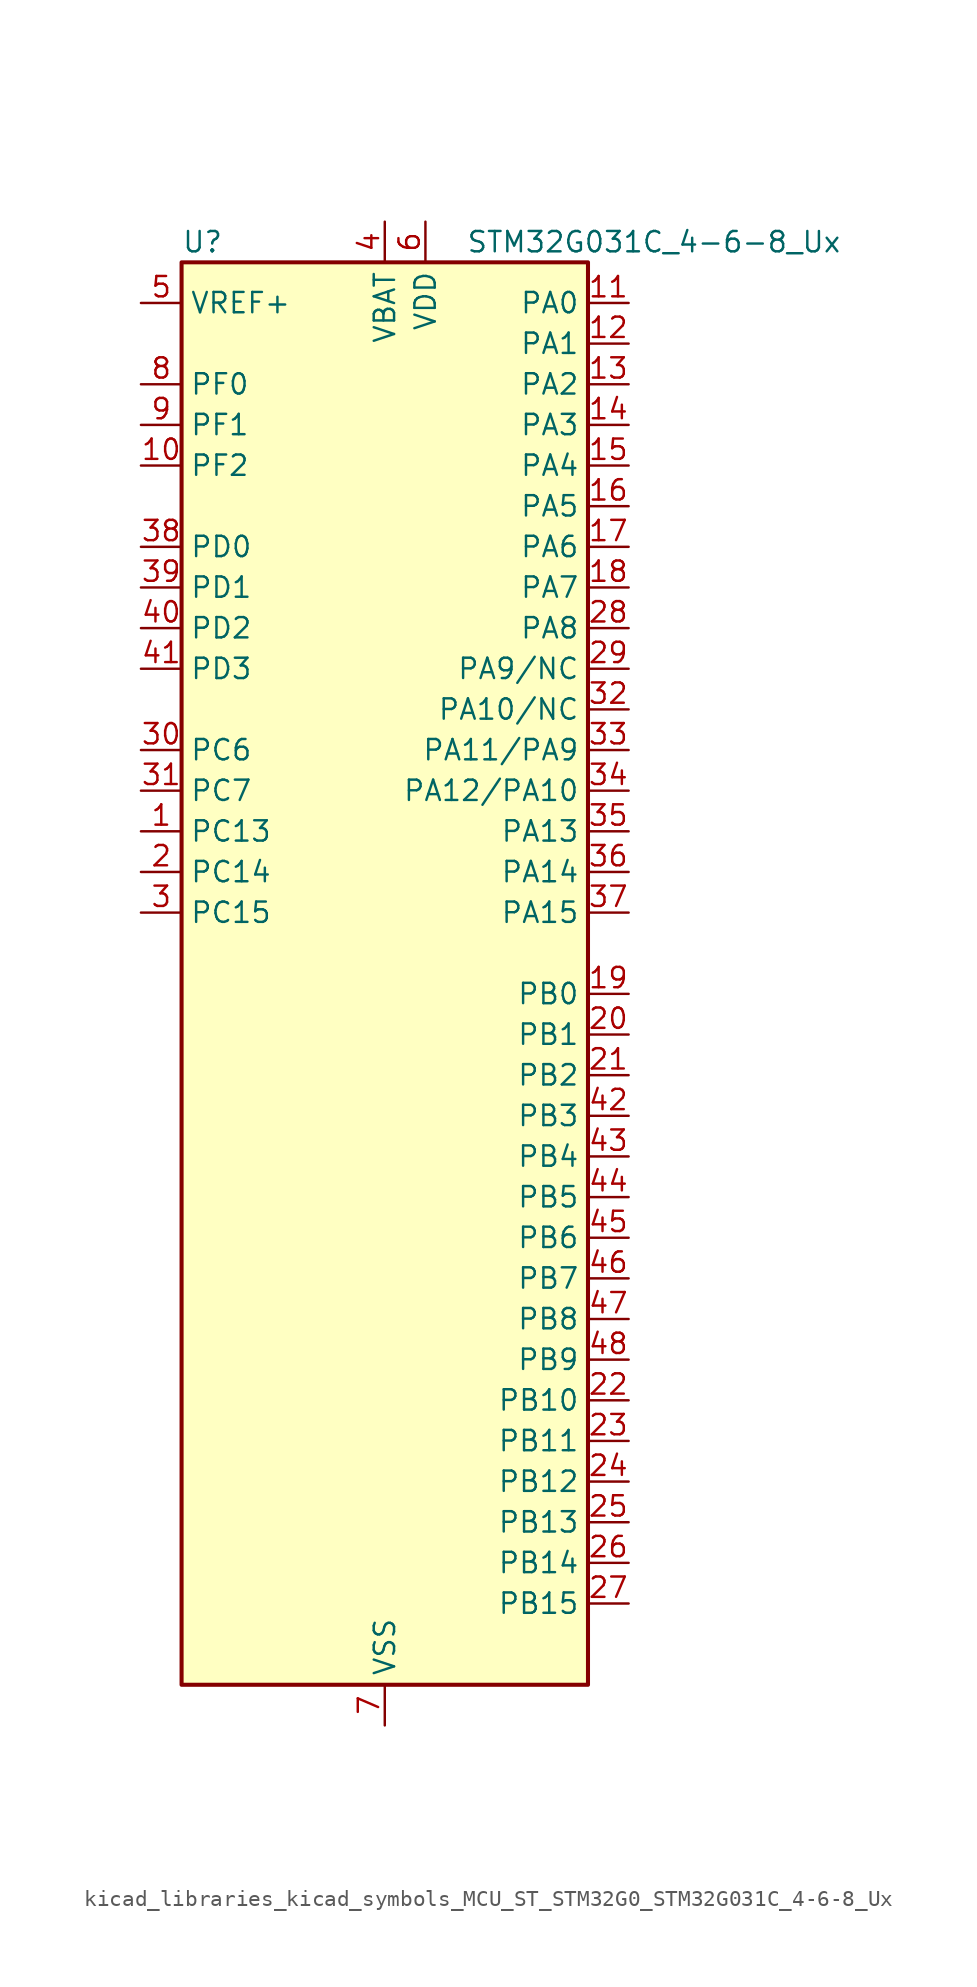
<source format=kicad_sym>
(kicad_symbol_lib
  (version 20220914)
  (generator kicad_symbol_editor)
  (symbol "kicad_libraries_kicad_symbols_MCU_ST_STM32G0_STM32G031C_4-6-8_Ux"
    (property "Reference" "U"
      (at -12.7 46.99 0)
      (effects (font (size 1.27 1.27)) (justify left)))
    (property "Value" "STM32G031C_4-6-8_Ux"
      (at 5.08 46.99 0)
      (effects (font (size 1.27 1.27)) (justify left)))
    (property "ki_locked" ""
      (at 0 0 0)
      (effects (font (size 1.27 1.27))))
    (symbol "kicad_libraries_kicad_symbols_MCU_ST_STM32G0_STM32G031C_4-6-8_Ux_0_1"
      (rectangle (start -12.7 -43.18) (end 12.7 45.72) (stroke (width 0.254) (type default)) (fill (type background))))
    (symbol "kicad_libraries_kicad_symbols_MCU_ST_STM32G0_STM32G031C_4-6-8_Ux_1_1"
      (pin bidirectional line (at -15.24 10.16 0) (length 2.54) (name "PC13" (effects (font (size 1.27 1.27)))) (number "1" (effects (font (size 1.27 1.27)))) (alternate "RTC_OUT_ALARM" bidirectional line) (alternate "RTC_OUT_CALIB" bidirectional line) (alternate "RTC_TAMP_IN1" bidirectional line) (alternate "RTC_TS" bidirectional line) (alternate "SYS_WKUP2" bidirectional line) (alternate "TIM1_BK" bidirectional line))
      (pin bidirectional line (at -15.24 33.02 0) (length 2.54) (name "PF2" (effects (font (size 1.27 1.27)))) (number "10" (effects (font (size 1.27 1.27)))) (alternate "RCC_MCO" bidirectional line))
      (pin bidirectional line (at 15.24 43.18 180) (length 2.54) (name "PA0" (effects (font (size 1.27 1.27)))) (number "11" (effects (font (size 1.27 1.27)))) (alternate "ADC1_IN0" bidirectional line) (alternate "LPTIM1_OUT" bidirectional line) (alternate "RTC_TAMP_IN2" bidirectional line) (alternate "SPI2_SCK" bidirectional line) (alternate "SYS_WKUP1" bidirectional line) (alternate "TIM2_CH1" bidirectional line) (alternate "TIM2_ETR" bidirectional line) (alternate "USART2_CTS" bidirectional line) (alternate "USART2_NSS" bidirectional line))
      (pin bidirectional line (at 15.24 40.64 180) (length 2.54) (name "PA1" (effects (font (size 1.27 1.27)))) (number "12" (effects (font (size 1.27 1.27)))) (alternate "ADC1_IN1" bidirectional line) (alternate "I2C1_SMBA" bidirectional line) (alternate "I2S1_CK" bidirectional line) (alternate "SPI1_SCK" bidirectional line) (alternate "TIM2_CH2" bidirectional line) (alternate "USART2_CK" bidirectional line) (alternate "USART2_DE" bidirectional line) (alternate "USART2_RTS" bidirectional line))
      (pin bidirectional line (at 15.24 38.1 180) (length 2.54) (name "PA2" (effects (font (size 1.27 1.27)))) (number "13" (effects (font (size 1.27 1.27)))) (alternate "ADC1_IN2" bidirectional line) (alternate "I2S1_SD" bidirectional line) (alternate "LPUART1_TX" bidirectional line) (alternate "RCC_LSCO" bidirectional line) (alternate "SPI1_MOSI" bidirectional line) (alternate "SYS_WKUP4" bidirectional line) (alternate "TIM2_CH3" bidirectional line) (alternate "USART2_TX" bidirectional line))
      (pin bidirectional line (at 15.24 35.56 180) (length 2.54) (name "PA3" (effects (font (size 1.27 1.27)))) (number "14" (effects (font (size 1.27 1.27)))) (alternate "ADC1_IN3" bidirectional line) (alternate "LPUART1_RX" bidirectional line) (alternate "SPI2_MISO" bidirectional line) (alternate "TIM2_CH4" bidirectional line) (alternate "USART2_RX" bidirectional line))
      (pin bidirectional line (at 15.24 33.02 180) (length 2.54) (name "PA4" (effects (font (size 1.27 1.27)))) (number "15" (effects (font (size 1.27 1.27)))) (alternate "ADC1_IN4" bidirectional line) (alternate "I2S1_WS" bidirectional line) (alternate "LPTIM2_OUT" bidirectional line) (alternate "RTC_OUT_ALARM" bidirectional line) (alternate "RTC_OUT_CALIB" bidirectional line) (alternate "SPI1_NSS" bidirectional line) (alternate "SPI2_MOSI" bidirectional line) (alternate "TIM14_CH1" bidirectional line))
      (pin bidirectional line (at 15.24 30.48 180) (length 2.54) (name "PA5" (effects (font (size 1.27 1.27)))) (number "16" (effects (font (size 1.27 1.27)))) (alternate "ADC1_IN5" bidirectional line) (alternate "I2S1_CK" bidirectional line) (alternate "LPTIM2_ETR" bidirectional line) (alternate "SPI1_SCK" bidirectional line) (alternate "TIM2_CH1" bidirectional line) (alternate "TIM2_ETR" bidirectional line))
      (pin bidirectional line (at 15.24 27.94 180) (length 2.54) (name "PA6" (effects (font (size 1.27 1.27)))) (number "17" (effects (font (size 1.27 1.27)))) (alternate "ADC1_IN6" bidirectional line) (alternate "I2S1_MCK" bidirectional line) (alternate "LPUART1_CTS" bidirectional line) (alternate "SPI1_MISO" bidirectional line) (alternate "TIM16_CH1" bidirectional line) (alternate "TIM1_BK" bidirectional line) (alternate "TIM3_CH1" bidirectional line))
      (pin bidirectional line (at 15.24 25.4 180) (length 2.54) (name "PA7" (effects (font (size 1.27 1.27)))) (number "18" (effects (font (size 1.27 1.27)))) (alternate "ADC1_IN7" bidirectional line) (alternate "I2S1_SD" bidirectional line) (alternate "SPI1_MOSI" bidirectional line) (alternate "TIM14_CH1" bidirectional line) (alternate "TIM17_CH1" bidirectional line) (alternate "TIM1_CH1N" bidirectional line) (alternate "TIM3_CH2" bidirectional line))
      (pin bidirectional line (at 15.24 0 180) (length 2.54) (name "PB0" (effects (font (size 1.27 1.27)))) (number "19" (effects (font (size 1.27 1.27)))) (alternate "ADC1_IN8" bidirectional line) (alternate "I2S1_WS" bidirectional line) (alternate "LPTIM1_OUT" bidirectional line) (alternate "SPI1_NSS" bidirectional line) (alternate "TIM1_CH2N" bidirectional line) (alternate "TIM3_CH3" bidirectional line))
      (pin bidirectional line (at -15.24 7.62 0) (length 2.54) (name "PC14" (effects (font (size 1.27 1.27)))) (number "2" (effects (font (size 1.27 1.27)))) (alternate "RCC_OSC32_IN" bidirectional line) (alternate "TIM1_BK2" bidirectional line))
      (pin bidirectional line (at 15.24 -2.54 180) (length 2.54) (name "PB1" (effects (font (size 1.27 1.27)))) (number "20" (effects (font (size 1.27 1.27)))) (alternate "ADC1_IN9" bidirectional line) (alternate "LPTIM2_IN1" bidirectional line) (alternate "LPUART1_DE" bidirectional line) (alternate "LPUART1_RTS" bidirectional line) (alternate "TIM14_CH1" bidirectional line) (alternate "TIM1_CH3N" bidirectional line) (alternate "TIM3_CH4" bidirectional line))
      (pin bidirectional line (at 15.24 -5.08 180) (length 2.54) (name "PB2" (effects (font (size 1.27 1.27)))) (number "21" (effects (font (size 1.27 1.27)))) (alternate "ADC1_IN10" bidirectional line) (alternate "LPTIM1_OUT" bidirectional line) (alternate "SPI2_MISO" bidirectional line))
      (pin bidirectional line (at 15.24 -25.4 180) (length 2.54) (name "PB10" (effects (font (size 1.27 1.27)))) (number "22" (effects (font (size 1.27 1.27)))) (alternate "ADC1_IN11" bidirectional line) (alternate "I2C2_SCL" bidirectional line) (alternate "LPUART1_RX" bidirectional line) (alternate "SPI2_SCK" bidirectional line) (alternate "TIM2_CH3" bidirectional line))
      (pin bidirectional line (at 15.24 -27.94 180) (length 2.54) (name "PB11" (effects (font (size 1.27 1.27)))) (number "23" (effects (font (size 1.27 1.27)))) (alternate "ADC1_EXTI11" bidirectional line) (alternate "ADC1_IN15" bidirectional line) (alternate "I2C2_SDA" bidirectional line) (alternate "LPUART1_TX" bidirectional line) (alternate "SPI2_MOSI" bidirectional line) (alternate "TIM2_CH4" bidirectional line))
      (pin bidirectional line (at 15.24 -30.48 180) (length 2.54) (name "PB12" (effects (font (size 1.27 1.27)))) (number "24" (effects (font (size 1.27 1.27)))) (alternate "ADC1_IN16" bidirectional line) (alternate "LPUART1_DE" bidirectional line) (alternate "LPUART1_RTS" bidirectional line) (alternate "SPI2_NSS" bidirectional line) (alternate "TIM1_BK" bidirectional line))
      (pin bidirectional line (at 15.24 -33.02 180) (length 2.54) (name "PB13" (effects (font (size 1.27 1.27)))) (number "25" (effects (font (size 1.27 1.27)))) (alternate "I2C2_SCL" bidirectional line) (alternate "LPUART1_CTS" bidirectional line) (alternate "SPI2_SCK" bidirectional line) (alternate "TIM1_CH1N" bidirectional line))
      (pin bidirectional line (at 15.24 -35.56 180) (length 2.54) (name "PB14" (effects (font (size 1.27 1.27)))) (number "26" (effects (font (size 1.27 1.27)))) (alternate "I2C2_SDA" bidirectional line) (alternate "SPI2_MISO" bidirectional line) (alternate "TIM1_CH2N" bidirectional line))
      (pin bidirectional line (at 15.24 -38.1 180) (length 2.54) (name "PB15" (effects (font (size 1.27 1.27)))) (number "27" (effects (font (size 1.27 1.27)))) (alternate "RTC_REFIN" bidirectional line) (alternate "SPI2_MOSI" bidirectional line) (alternate "TIM1_CH3N" bidirectional line))
      (pin bidirectional line (at 15.24 22.86 180) (length 2.54) (name "PA8" (effects (font (size 1.27 1.27)))) (number "28" (effects (font (size 1.27 1.27)))) (alternate "LPTIM2_OUT" bidirectional line) (alternate "RCC_MCO" bidirectional line) (alternate "SPI2_NSS" bidirectional line) (alternate "TIM1_CH1" bidirectional line))
      (pin bidirectional line (at 15.24 20.32 180) (length 2.54) (name "PA9/NC" (effects (font (size 1.27 1.27)))) (number "29" (effects (font (size 1.27 1.27)))) (alternate "I2C1_SCL" bidirectional line) (alternate "RCC_MCO" bidirectional line) (alternate "SPI2_MISO" bidirectional line) (alternate "TIM1_CH2" bidirectional line) (alternate "USART1_TX" bidirectional line))
      (pin bidirectional line (at -15.24 5.08 0) (length 2.54) (name "PC15" (effects (font (size 1.27 1.27)))) (number "3" (effects (font (size 1.27 1.27)))) (alternate "RCC_OSC32_EN" bidirectional line) (alternate "RCC_OSC32_OUT" bidirectional line) (alternate "RCC_OSC_EN" bidirectional line))
      (pin bidirectional line (at -15.24 15.24 0) (length 2.54) (name "PC6" (effects (font (size 1.27 1.27)))) (number "30" (effects (font (size 1.27 1.27)))) (alternate "TIM2_CH3" bidirectional line) (alternate "TIM3_CH1" bidirectional line))
      (pin bidirectional line (at -15.24 12.7 0) (length 2.54) (name "PC7" (effects (font (size 1.27 1.27)))) (number "31" (effects (font (size 1.27 1.27)))) (alternate "TIM2_CH4" bidirectional line) (alternate "TIM3_CH2" bidirectional line))
      (pin bidirectional line (at 15.24 17.78 180) (length 2.54) (name "PA10/NC" (effects (font (size 1.27 1.27)))) (number "32" (effects (font (size 1.27 1.27)))) (alternate "I2C1_SDA" bidirectional line) (alternate "SPI2_MOSI" bidirectional line) (alternate "TIM17_BK" bidirectional line) (alternate "TIM1_CH3" bidirectional line) (alternate "USART1_RX" bidirectional line))
      (pin bidirectional line (at 15.24 15.24 180) (length 2.54) (name "PA11/PA9" (effects (font (size 1.27 1.27)))) (number "33" (effects (font (size 1.27 1.27)))) (alternate "ADC1_EXTI11" bidirectional line) (alternate "I2C2_SCL" bidirectional line) (alternate "I2S1_MCK" bidirectional line) (alternate "SPI1_MISO" bidirectional line) (alternate "TIM1_BK2" bidirectional line) (alternate "TIM1_CH4" bidirectional line) (alternate "USART1_CTS" bidirectional line) (alternate "USART1_NSS" bidirectional line))
      (pin bidirectional line (at 15.24 12.7 180) (length 2.54) (name "PA12/PA10" (effects (font (size 1.27 1.27)))) (number "34" (effects (font (size 1.27 1.27)))) (alternate "I2C2_SDA" bidirectional line) (alternate "I2S1_SD" bidirectional line) (alternate "I2S_CKIN" bidirectional line) (alternate "SPI1_MOSI" bidirectional line) (alternate "TIM1_ETR" bidirectional line) (alternate "USART1_CK" bidirectional line) (alternate "USART1_DE" bidirectional line) (alternate "USART1_RTS" bidirectional line))
      (pin bidirectional line (at 15.24 10.16 180) (length 2.54) (name "PA13" (effects (font (size 1.27 1.27)))) (number "35" (effects (font (size 1.27 1.27)))) (alternate "ADC1_IN17" bidirectional line) (alternate "IR_OUT" bidirectional line) (alternate "SYS_SWDIO" bidirectional line))
      (pin bidirectional line (at 15.24 7.62 180) (length 2.54) (name "PA14" (effects (font (size 1.27 1.27)))) (number "36" (effects (font (size 1.27 1.27)))) (alternate "ADC1_IN18" bidirectional line) (alternate "SYS_SWCLK" bidirectional line) (alternate "USART2_TX" bidirectional line))
      (pin bidirectional line (at 15.24 5.08 180) (length 2.54) (name "PA15" (effects (font (size 1.27 1.27)))) (number "37" (effects (font (size 1.27 1.27)))) (alternate "I2S1_WS" bidirectional line) (alternate "SPI1_NSS" bidirectional line) (alternate "TIM2_CH1" bidirectional line) (alternate "TIM2_ETR" bidirectional line) (alternate "USART2_RX" bidirectional line))
      (pin bidirectional line (at -15.24 27.94 0) (length 2.54) (name "PD0" (effects (font (size 1.27 1.27)))) (number "38" (effects (font (size 1.27 1.27)))) (alternate "SPI2_NSS" bidirectional line) (alternate "TIM16_CH1" bidirectional line))
      (pin bidirectional line (at -15.24 25.4 0) (length 2.54) (name "PD1" (effects (font (size 1.27 1.27)))) (number "39" (effects (font (size 1.27 1.27)))) (alternate "SPI2_SCK" bidirectional line) (alternate "TIM17_CH1" bidirectional line))
      (pin power_in line (at 0 48.26 270) (length 2.54) (name "VBAT" (effects (font (size 1.27 1.27)))) (number "4" (effects (font (size 1.27 1.27)))))
      (pin bidirectional line (at -15.24 22.86 0) (length 2.54) (name "PD2" (effects (font (size 1.27 1.27)))) (number "40" (effects (font (size 1.27 1.27)))) (alternate "TIM1_CH1N" bidirectional line) (alternate "TIM3_ETR" bidirectional line))
      (pin bidirectional line (at -15.24 20.32 0) (length 2.54) (name "PD3" (effects (font (size 1.27 1.27)))) (number "41" (effects (font (size 1.27 1.27)))) (alternate "SPI2_MISO" bidirectional line) (alternate "TIM1_CH2N" bidirectional line) (alternate "USART2_CTS" bidirectional line) (alternate "USART2_NSS" bidirectional line))
      (pin bidirectional line (at 15.24 -7.62 180) (length 2.54) (name "PB3" (effects (font (size 1.27 1.27)))) (number "42" (effects (font (size 1.27 1.27)))) (alternate "I2S1_CK" bidirectional line) (alternate "SPI1_SCK" bidirectional line) (alternate "TIM1_CH2" bidirectional line) (alternate "TIM2_CH2" bidirectional line) (alternate "USART1_CK" bidirectional line) (alternate "USART1_DE" bidirectional line) (alternate "USART1_RTS" bidirectional line))
      (pin bidirectional line (at 15.24 -10.16 180) (length 2.54) (name "PB4" (effects (font (size 1.27 1.27)))) (number "43" (effects (font (size 1.27 1.27)))) (alternate "I2S1_MCK" bidirectional line) (alternate "SPI1_MISO" bidirectional line) (alternate "TIM17_BK" bidirectional line) (alternate "TIM3_CH1" bidirectional line) (alternate "USART1_CTS" bidirectional line) (alternate "USART1_NSS" bidirectional line))
      (pin bidirectional line (at 15.24 -12.7 180) (length 2.54) (name "PB5" (effects (font (size 1.27 1.27)))) (number "44" (effects (font (size 1.27 1.27)))) (alternate "I2C1_SMBA" bidirectional line) (alternate "I2S1_SD" bidirectional line) (alternate "LPTIM1_IN1" bidirectional line) (alternate "SPI1_MOSI" bidirectional line) (alternate "SYS_WKUP6" bidirectional line) (alternate "TIM16_BK" bidirectional line) (alternate "TIM3_CH2" bidirectional line))
      (pin bidirectional line (at 15.24 -15.24 180) (length 2.54) (name "PB6" (effects (font (size 1.27 1.27)))) (number "45" (effects (font (size 1.27 1.27)))) (alternate "I2C1_SCL" bidirectional line) (alternate "LPTIM1_ETR" bidirectional line) (alternate "SPI2_MISO" bidirectional line) (alternate "TIM16_CH1N" bidirectional line) (alternate "TIM1_CH3" bidirectional line) (alternate "USART1_TX" bidirectional line))
      (pin bidirectional line (at 15.24 -17.78 180) (length 2.54) (name "PB7" (effects (font (size 1.27 1.27)))) (number "46" (effects (font (size 1.27 1.27)))) (alternate "I2C1_SDA" bidirectional line) (alternate "LPTIM1_IN2" bidirectional line) (alternate "SPI2_MOSI" bidirectional line) (alternate "SYS_PVD_IN" bidirectional line) (alternate "TIM17_CH1N" bidirectional line) (alternate "USART1_RX" bidirectional line))
      (pin bidirectional line (at 15.24 -20.32 180) (length 2.54) (name "PB8" (effects (font (size 1.27 1.27)))) (number "47" (effects (font (size 1.27 1.27)))) (alternate "I2C1_SCL" bidirectional line) (alternate "SPI2_SCK" bidirectional line) (alternate "TIM16_CH1" bidirectional line))
      (pin bidirectional line (at 15.24 -22.86 180) (length 2.54) (name "PB9" (effects (font (size 1.27 1.27)))) (number "48" (effects (font (size 1.27 1.27)))) (alternate "I2C1_SDA" bidirectional line) (alternate "IR_OUT" bidirectional line) (alternate "SPI2_NSS" bidirectional line) (alternate "TIM17_CH1" bidirectional line))
      (pin passive line (at 0 -45.72 90) (length 2.54) hide (name "VSS" (effects (font (size 1.27 1.27)))) (number "49" (effects (font (size 1.27 1.27)))))
      (pin input line (at -15.24 43.18 0) (length 2.54) (name "VREF+" (effects (font (size 1.27 1.27)))) (number "5" (effects (font (size 1.27 1.27)))) (alternate "VREFBUF_OUT" bidirectional line))
      (pin power_in line (at 2.54 48.26 270) (length 2.54) (name "VDD" (effects (font (size 1.27 1.27)))) (number "6" (effects (font (size 1.27 1.27)))))
      (pin power_in line (at 0 -45.72 90) (length 2.54) (name "VSS" (effects (font (size 1.27 1.27)))) (number "7" (effects (font (size 1.27 1.27)))))
      (pin bidirectional line (at -15.24 38.1 0) (length 2.54) (name "PF0" (effects (font (size 1.27 1.27)))) (number "8" (effects (font (size 1.27 1.27)))) (alternate "RCC_OSC_IN" bidirectional line) (alternate "TIM14_CH1" bidirectional line))
      (pin bidirectional line (at -15.24 35.56 0) (length 2.54) (name "PF1" (effects (font (size 1.27 1.27)))) (number "9" (effects (font (size 1.27 1.27)))) (alternate "RCC_OSC_EN" bidirectional line) (alternate "RCC_OSC_OUT" bidirectional line)))))
</source>
